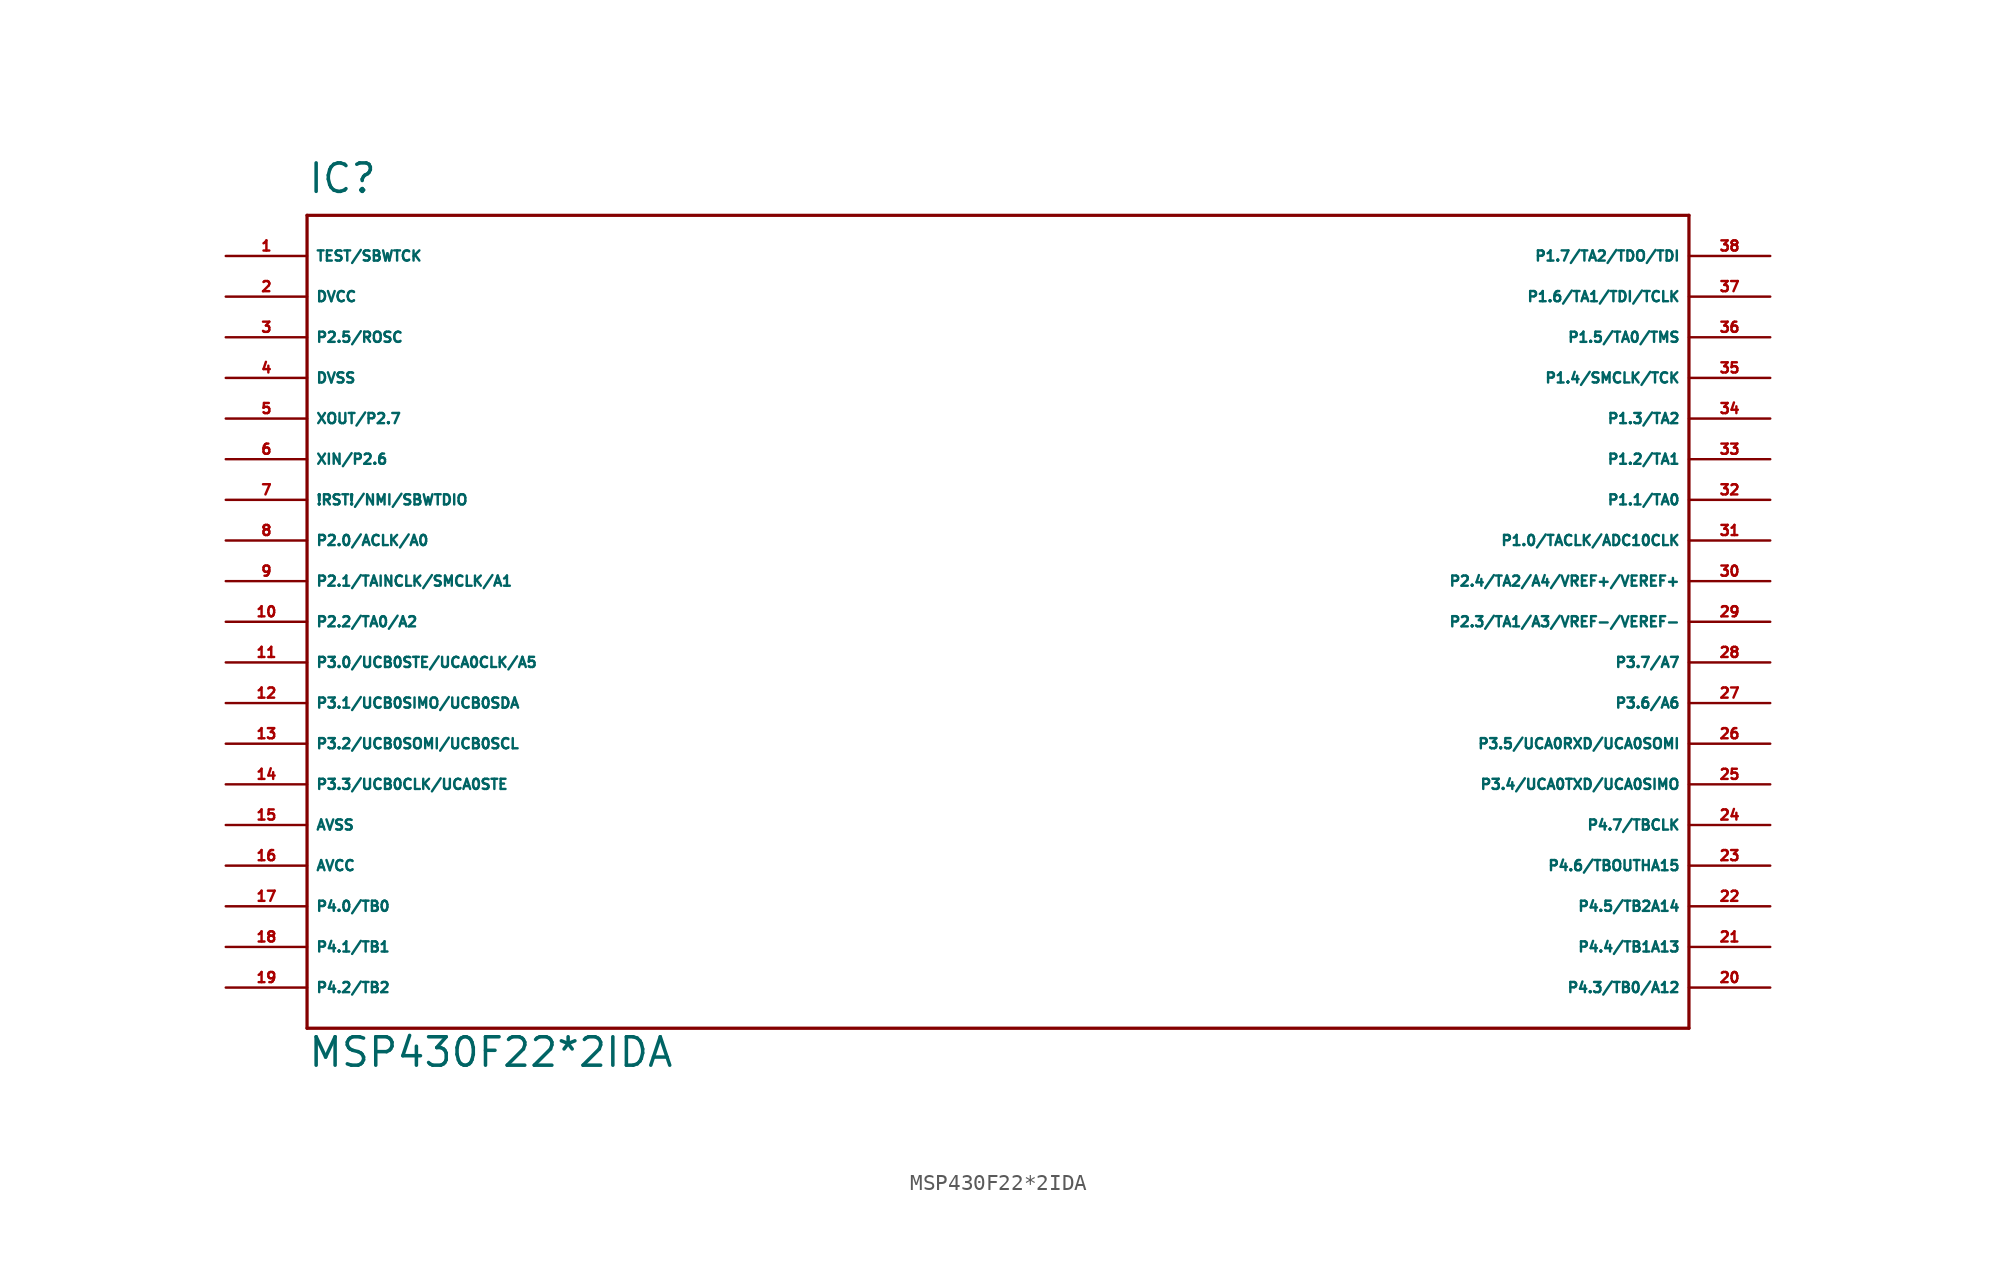
<source format=kicad_sym>
(kicad_symbol_lib
  (version 20220914)
  (generator Eagle2Kicad)
  (symbol "MSP430F22*2IDA"
    (property "Reference" "IC"
      (at -43.18 26.67 0)
      (effects (font (size 1.778 1.778) (thickness 0.22)) (justify left bottom)))
    (property "Value" "MSP430F22*2IDA"
      (at -43.18 -27.94 0)
      (effects (font (size 1.778 1.778) (thickness 0.22)) (justify left bottom)))
    (polyline
      (pts (xy -43.18 -25.4) (xy 43.18 -25.4))
      (stroke (width 0.203) (type default))
      (fill (type none)))
    (polyline
      (pts (xy 43.18 -25.4) (xy 43.18 25.4))
      (stroke (width 0.203) (type default))
      (fill (type none)))
    (polyline
      (pts (xy 43.18 25.4) (xy -43.18 25.4))
      (stroke (width 0.203) (type default))
      (fill (type none)))
    (polyline
      (pts (xy -43.18 25.4) (xy -43.18 -25.4))
      (stroke (width 0.203) (type default))
      (fill (type none)))
    (pin input line
      (at -48.26 22.86 0)
      (length 5.08)
      (name "TEST/SBWTCK" (effects (font (size 0.635 0.635) (thickness 0.08)) (justify left bottom)))
      (number "1" (effects (font (size 0.635 0.635) (thickness 0.08)) (justify left bottom))))
    (pin unspecified line
      (at -48.26 20.32 0)
      (length 5.08)
      (name "DVCC" (effects (font (size 0.635 0.635) (thickness 0.08)) (justify left bottom)))
      (number "2" (effects (font (size 0.635 0.635) (thickness 0.08)) (justify left bottom))))
    (pin bidirectional line
      (at -48.26 17.78 0)
      (length 5.08)
      (name "P2.5/ROSC" (effects (font (size 0.635 0.635) (thickness 0.08)) (justify left bottom)))
      (number "3" (effects (font (size 0.635 0.635) (thickness 0.08)) (justify left bottom))))
    (pin unspecified line
      (at -48.26 15.24 0)
      (length 5.08)
      (name "DVSS" (effects (font (size 0.635 0.635) (thickness 0.08)) (justify left bottom)))
      (number "4" (effects (font (size 0.635 0.635) (thickness 0.08)) (justify left bottom))))
    (pin bidirectional line
      (at -48.26 12.7 0)
      (length 5.08)
      (name "XOUT/P2.7" (effects (font (size 0.635 0.635) (thickness 0.08)) (justify left bottom)))
      (number "5" (effects (font (size 0.635 0.635) (thickness 0.08)) (justify left bottom))))
    (pin bidirectional line
      (at -48.26 10.16 0)
      (length 5.08)
      (name "XIN/P2.6" (effects (font (size 0.635 0.635) (thickness 0.08)) (justify left bottom)))
      (number "6" (effects (font (size 0.635 0.635) (thickness 0.08)) (justify left bottom))))
    (pin input line
      (at -48.26 7.62 0)
      (length 5.08)
      (name "!RST!/NMI/SBWTDIO" (effects (font (size 0.635 0.635) (thickness 0.08)) (justify left bottom)))
      (number "7" (effects (font (size 0.635 0.635) (thickness 0.08)) (justify left bottom))))
    (pin bidirectional line
      (at -48.26 5.08 0)
      (length 5.08)
      (name "P2.0/ACLK/A0" (effects (font (size 0.635 0.635) (thickness 0.08)) (justify left bottom)))
      (number "8" (effects (font (size 0.635 0.635) (thickness 0.08)) (justify left bottom))))
    (pin bidirectional line
      (at -48.26 2.54 0)
      (length 5.08)
      (name "P2.1/TAINCLK/SMCLK/A1" (effects (font (size 0.635 0.635) (thickness 0.08)) (justify left bottom)))
      (number "9" (effects (font (size 0.635 0.635) (thickness 0.08)) (justify left bottom))))
    (pin bidirectional line
      (at -48.26 0 0)
      (length 5.08)
      (name "P2.2/TA0/A2" (effects (font (size 0.635 0.635) (thickness 0.08)) (justify left bottom)))
      (number "10" (effects (font (size 0.635 0.635) (thickness 0.08)) (justify left bottom))))
    (pin bidirectional line
      (at -48.26 -2.54 0)
      (length 5.08)
      (name "P3.0/UCB0STE/UCA0CLK/A5" (effects (font (size 0.635 0.635) (thickness 0.08)) (justify left bottom)))
      (number "11" (effects (font (size 0.635 0.635) (thickness 0.08)) (justify left bottom))))
    (pin bidirectional line
      (at -48.26 -5.08 0)
      (length 5.08)
      (name "P3.1/UCB0SIMO/UCB0SDA" (effects (font (size 0.635 0.635) (thickness 0.08)) (justify left bottom)))
      (number "12" (effects (font (size 0.635 0.635) (thickness 0.08)) (justify left bottom))))
    (pin bidirectional line
      (at -48.26 -7.62 0)
      (length 5.08)
      (name "P3.2/UCB0SOMI/UCB0SCL" (effects (font (size 0.635 0.635) (thickness 0.08)) (justify left bottom)))
      (number "13" (effects (font (size 0.635 0.635) (thickness 0.08)) (justify left bottom))))
    (pin bidirectional line
      (at -48.26 -10.16 0)
      (length 5.08)
      (name "P3.3/UCB0CLK/UCA0STE" (effects (font (size 0.635 0.635) (thickness 0.08)) (justify left bottom)))
      (number "14" (effects (font (size 0.635 0.635) (thickness 0.08)) (justify left bottom))))
    (pin unspecified line
      (at -48.26 -12.7 0)
      (length 5.08)
      (name "AVSS" (effects (font (size 0.635 0.635) (thickness 0.08)) (justify left bottom)))
      (number "15" (effects (font (size 0.635 0.635) (thickness 0.08)) (justify left bottom))))
    (pin unspecified line
      (at -48.26 -15.24 0)
      (length 5.08)
      (name "AVCC" (effects (font (size 0.635 0.635) (thickness 0.08)) (justify left bottom)))
      (number "16" (effects (font (size 0.635 0.635) (thickness 0.08)) (justify left bottom))))
    (pin bidirectional line
      (at -48.26 -17.78 0)
      (length 5.08)
      (name "P4.0/TB0" (effects (font (size 0.635 0.635) (thickness 0.08)) (justify left bottom)))
      (number "17" (effects (font (size 0.635 0.635) (thickness 0.08)) (justify left bottom))))
    (pin bidirectional line
      (at -48.26 -20.32 0)
      (length 5.08)
      (name "P4.1/TB1" (effects (font (size 0.635 0.635) (thickness 0.08)) (justify left bottom)))
      (number "18" (effects (font (size 0.635 0.635) (thickness 0.08)) (justify left bottom))))
    (pin bidirectional line
      (at -48.26 -22.86 0)
      (length 5.08)
      (name "P4.2/TB2" (effects (font (size 0.635 0.635) (thickness 0.08)) (justify left bottom)))
      (number "19" (effects (font (size 0.635 0.635) (thickness 0.08)) (justify left bottom))))
    (pin bidirectional line
      (at 48.26 -22.86 180)
      (length 5.08)
      (name "P4.3/TB0/A12" (effects (font (size 0.635 0.635) (thickness 0.08)) (justify left bottom)))
      (number "20" (effects (font (size 0.635 0.635) (thickness 0.08)) (justify left bottom))))
    (pin bidirectional line
      (at 48.26 -20.32 180)
      (length 5.08)
      (name "P4.4/TB1A13" (effects (font (size 0.635 0.635) (thickness 0.08)) (justify left bottom)))
      (number "21" (effects (font (size 0.635 0.635) (thickness 0.08)) (justify left bottom))))
    (pin bidirectional line
      (at 48.26 -17.78 180)
      (length 5.08)
      (name "P4.5/TB2A14" (effects (font (size 0.635 0.635) (thickness 0.08)) (justify left bottom)))
      (number "22" (effects (font (size 0.635 0.635) (thickness 0.08)) (justify left bottom))))
    (pin bidirectional line
      (at 48.26 -15.24 180)
      (length 5.08)
      (name "P4.6/TBOUTHA15" (effects (font (size 0.635 0.635) (thickness 0.08)) (justify left bottom)))
      (number "23" (effects (font (size 0.635 0.635) (thickness 0.08)) (justify left bottom))))
    (pin bidirectional line
      (at 48.26 -12.7 180)
      (length 5.08)
      (name "P4.7/TBCLK" (effects (font (size 0.635 0.635) (thickness 0.08)) (justify left bottom)))
      (number "24" (effects (font (size 0.635 0.635) (thickness 0.08)) (justify left bottom))))
    (pin bidirectional line
      (at 48.26 -10.16 180)
      (length 5.08)
      (name "P3.4/UCA0TXD/UCA0SIMO" (effects (font (size 0.635 0.635) (thickness 0.08)) (justify left bottom)))
      (number "25" (effects (font (size 0.635 0.635) (thickness 0.08)) (justify left bottom))))
    (pin bidirectional line
      (at 48.26 -7.62 180)
      (length 5.08)
      (name "P3.5/UCA0RXD/UCA0SOMI" (effects (font (size 0.635 0.635) (thickness 0.08)) (justify left bottom)))
      (number "26" (effects (font (size 0.635 0.635) (thickness 0.08)) (justify left bottom))))
    (pin bidirectional line
      (at 48.26 -5.08 180)
      (length 5.08)
      (name "P3.6/A6" (effects (font (size 0.635 0.635) (thickness 0.08)) (justify left bottom)))
      (number "27" (effects (font (size 0.635 0.635) (thickness 0.08)) (justify left bottom))))
    (pin bidirectional line
      (at 48.26 -2.54 180)
      (length 5.08)
      (name "P3.7/A7" (effects (font (size 0.635 0.635) (thickness 0.08)) (justify left bottom)))
      (number "28" (effects (font (size 0.635 0.635) (thickness 0.08)) (justify left bottom))))
    (pin bidirectional line
      (at 48.26 0 180)
      (length 5.08)
      (name "P2.3/TA1/A3/VREF-/VEREF-" (effects (font (size 0.635 0.635) (thickness 0.08)) (justify left bottom)))
      (number "29" (effects (font (size 0.635 0.635) (thickness 0.08)) (justify left bottom))))
    (pin bidirectional line
      (at 48.26 2.54 180)
      (length 5.08)
      (name "P2.4/TA2/A4/VREF+/VEREF+" (effects (font (size 0.635 0.635) (thickness 0.08)) (justify left bottom)))
      (number "30" (effects (font (size 0.635 0.635) (thickness 0.08)) (justify left bottom))))
    (pin bidirectional line
      (at 48.26 5.08 180)
      (length 5.08)
      (name "P1.0/TACLK/ADC10CLK" (effects (font (size 0.635 0.635) (thickness 0.08)) (justify left bottom)))
      (number "31" (effects (font (size 0.635 0.635) (thickness 0.08)) (justify left bottom))))
    (pin bidirectional line
      (at 48.26 7.62 180)
      (length 5.08)
      (name "P1.1/TA0" (effects (font (size 0.635 0.635) (thickness 0.08)) (justify left bottom)))
      (number "32" (effects (font (size 0.635 0.635) (thickness 0.08)) (justify left bottom))))
    (pin bidirectional line
      (at 48.26 10.16 180)
      (length 5.08)
      (name "P1.2/TA1" (effects (font (size 0.635 0.635) (thickness 0.08)) (justify left bottom)))
      (number "33" (effects (font (size 0.635 0.635) (thickness 0.08)) (justify left bottom))))
    (pin bidirectional line
      (at 48.26 12.7 180)
      (length 5.08)
      (name "P1.3/TA2" (effects (font (size 0.635 0.635) (thickness 0.08)) (justify left bottom)))
      (number "34" (effects (font (size 0.635 0.635) (thickness 0.08)) (justify left bottom))))
    (pin bidirectional line
      (at 48.26 15.24 180)
      (length 5.08)
      (name "P1.4/SMCLK/TCK" (effects (font (size 0.635 0.635) (thickness 0.08)) (justify left bottom)))
      (number "35" (effects (font (size 0.635 0.635) (thickness 0.08)) (justify left bottom))))
    (pin bidirectional line
      (at 48.26 17.78 180)
      (length 5.08)
      (name "P1.5/TA0/TMS" (effects (font (size 0.635 0.635) (thickness 0.08)) (justify left bottom)))
      (number "36" (effects (font (size 0.635 0.635) (thickness 0.08)) (justify left bottom))))
    (pin bidirectional line
      (at 48.26 20.32 180)
      (length 5.08)
      (name "P1.6/TA1/TDI/TCLK" (effects (font (size 0.635 0.635) (thickness 0.08)) (justify left bottom)))
      (number "37" (effects (font (size 0.635 0.635) (thickness 0.08)) (justify left bottom))))
    (pin bidirectional line
      (at 48.26 22.86 180)
      (length 5.08)
      (name "P1.7/TA2/TDO/TDI" (effects (font (size 0.635 0.635) (thickness 0.08)) (justify left bottom)))
      (number "38" (effects (font (size 0.635 0.635) (thickness 0.08)) (justify left bottom))))))
</source>
